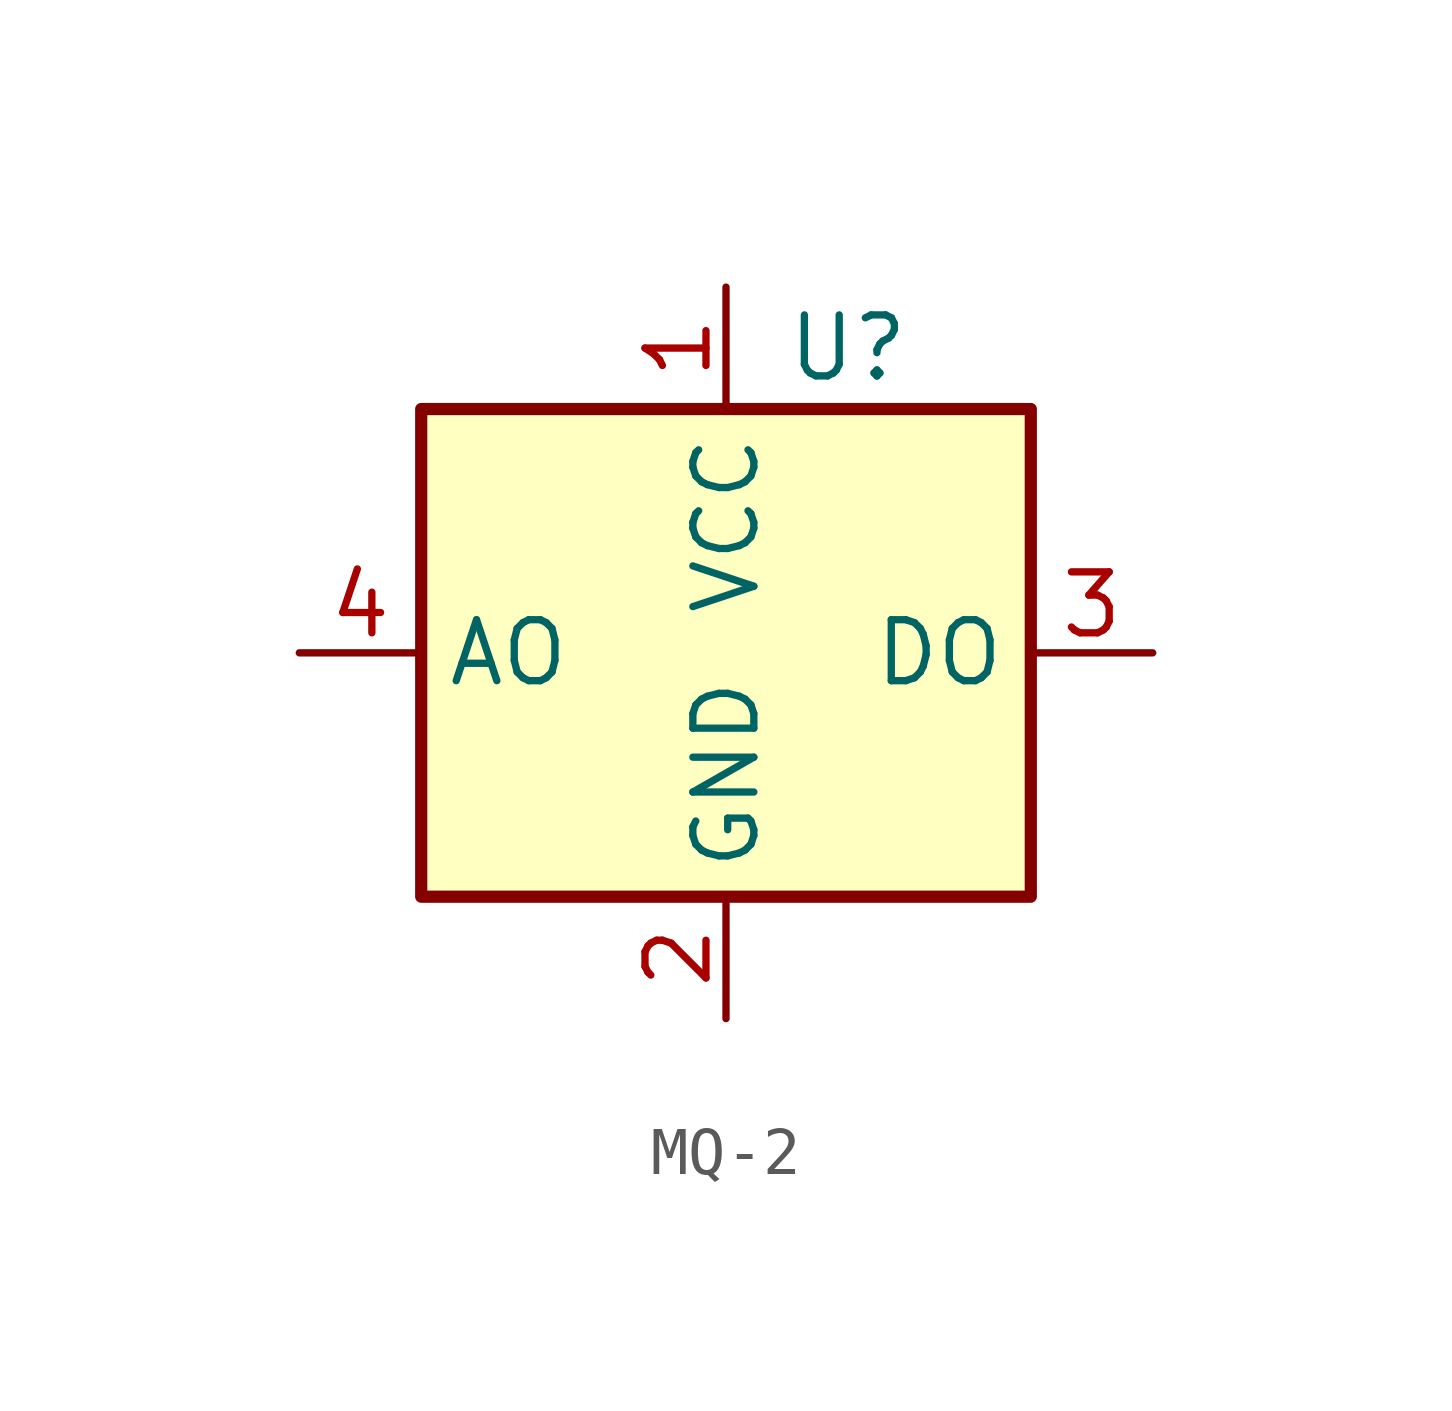
<source format=kicad_sym>
(kicad_symbol_lib
  (version 20231120)
  (generator "kicad_symbol_editor")
  (generator_version "8.0")
  (symbol "MQ-2"
    (property "Reference" "U"
      (at 2.54 6.35 0)
      (effects (font (size 1.27 1.27))))
    (property "Value" ""
      (at 0 0 0)
      (effects (font (size 1.27 1.27))))
    (symbol "MQ-2_0_1"
      (rectangle (start -6.35 5.08) (end 6.35 -5.08) (stroke (width 0.254) (type default)) (fill (type background))))
    (symbol "MQ-2_1_1"
      (pin power_in line (at 0 7.62 270) (length 2.54) (name "VCC" (effects (font (size 1.27 1.27)))) (number "1" (effects (font (size 1.27 1.27)))))
      (pin power_in line (at 0 -7.62 90) (length 2.54) (name "GND" (effects (font (size 1.27 1.27)))) (number "2" (effects (font (size 1.27 1.27)))))
      (pin input line (at 8.89 0 180) (length 2.54) (name "DO" (effects (font (size 1.27 1.27)))) (number "3" (effects (font (size 1.27 1.27)))))
      (pin input line (at -8.89 0 0) (length 2.54) (name "AO" (effects (font (size 1.27 1.27)))) (number "4" (effects (font (size 1.27 1.27))))))))
</source>
